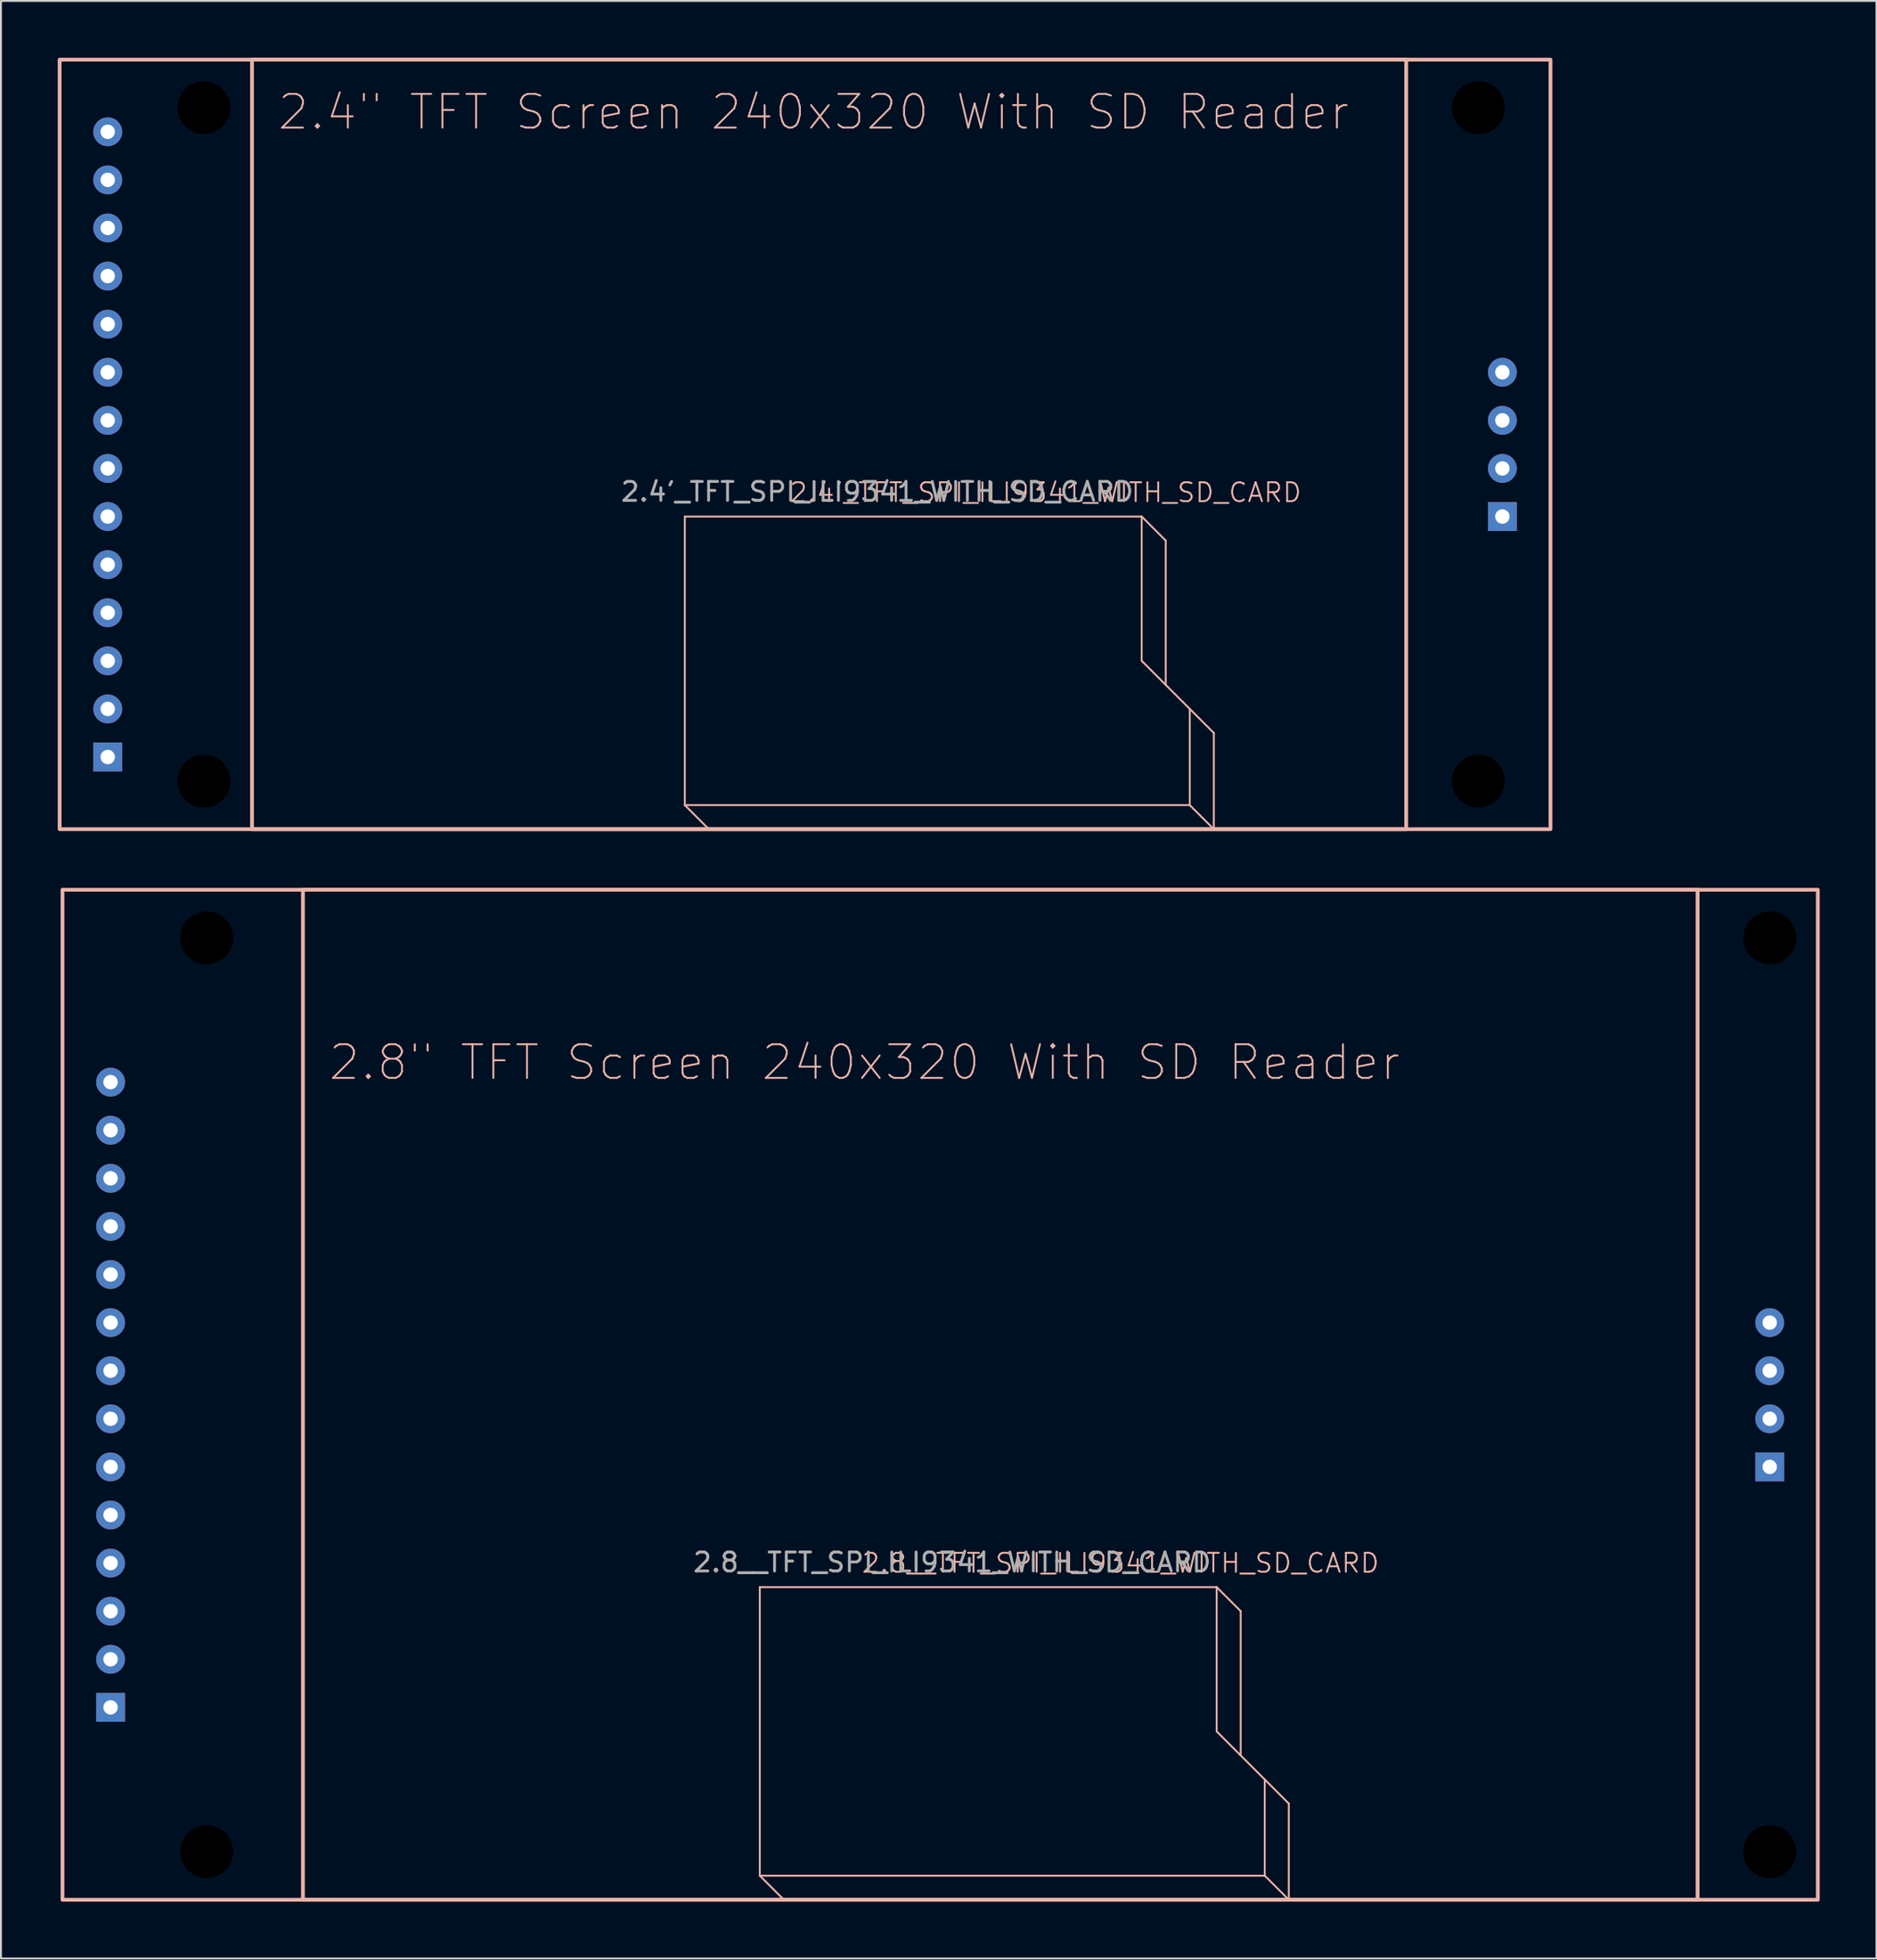
<source format=kicad_pcb>
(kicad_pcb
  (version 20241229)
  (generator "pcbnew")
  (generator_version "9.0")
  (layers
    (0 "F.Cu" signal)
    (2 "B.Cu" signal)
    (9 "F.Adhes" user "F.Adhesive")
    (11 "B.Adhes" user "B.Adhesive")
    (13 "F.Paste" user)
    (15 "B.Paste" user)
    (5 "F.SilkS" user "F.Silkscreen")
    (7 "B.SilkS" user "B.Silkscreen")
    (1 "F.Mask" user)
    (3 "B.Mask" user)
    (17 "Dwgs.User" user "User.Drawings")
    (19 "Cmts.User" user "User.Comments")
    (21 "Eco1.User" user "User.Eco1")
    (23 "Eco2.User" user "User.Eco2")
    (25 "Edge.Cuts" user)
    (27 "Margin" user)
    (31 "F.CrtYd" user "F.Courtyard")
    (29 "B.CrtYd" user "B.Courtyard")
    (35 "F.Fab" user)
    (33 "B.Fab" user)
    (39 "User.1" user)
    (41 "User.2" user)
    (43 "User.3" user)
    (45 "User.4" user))
  (footprint "2.4'_TFT_SPI_ILI9341_WITH_SD_CARD"
    (layer "F.Cu")
    (at 40.74 20.42)
    (property "Reference" "2.4'_TFT_SPI_ILI9341_WITH_SD_CARD" (at 11.43 2.54 0) (unlocked yes) (layer "B.SilkS") (effects (font (size 1 1) (thickness 0.1))))
    (attr through_hole)
    (fp_line (start -7.62 3.81) (end -7.62 19.05) (stroke (width 0.1) (type default)) (layer "B.SilkS"))
    (fp_line (start -7.62 19.05) (end -6.35 20.32) (stroke (width 0.1) (type default)) (layer "B.SilkS"))
    (fp_line (start 16.51 3.81) (end -7.62 3.81) (stroke (width 0.1) (type default)) (layer "B.SilkS"))
    (fp_line (start 16.51 3.81) (end 16.51 11.43) (stroke (width 0.1) (type default)) (layer "B.SilkS"))
    (fp_line (start 16.51 3.81) (end 17.78 5.08) (stroke (width 0.1) (type default)) (layer "B.SilkS"))
    (fp_line (start 16.51 11.43) (end 19.05 13.97) (stroke (width 0.1) (type default)) (layer "B.SilkS"))
    (fp_line (start 17.78 5.08) (end 17.78 12.7) (stroke (width 0.1) (type default)) (layer "B.SilkS"))
    (fp_line (start 19.05 13.97) (end 20.32 15.24) (stroke (width 0.1) (type default)) (layer "B.SilkS"))
    (fp_line (start 19.05 19.05) (end -7.62 19.05) (stroke (width 0.1) (type default)) (layer "B.SilkS"))
    (fp_line (start 19.05 19.05) (end 19.05 13.97) (stroke (width 0.1) (type default)) (layer "B.SilkS"))
    (fp_line (start 20.32 15.24) (end 20.32 20.32) (stroke (width 0.1) (type default)) (layer "B.SilkS"))
    (fp_line (start 20.32 20.32) (end 19.05 19.05) (stroke (width 0.1) (type default)) (layer "B.SilkS"))
    (fp_rect (start -40.64 -20.32) (end 38.1 20.32) (stroke (width 0.2) (type default)) (fill no) (layer "B.SilkS"))
    (fp_rect (start -30.48 -20.32) (end 30.48 20.32) (stroke (width 0.2) (type default)) (fill no) (layer "B.SilkS"))
    (fp_text user "2.4\" TFT Screen 240x320 With SD Reader" (at -29.21 -16.51 0) (unlocked yes) (layer "B.SilkS") (effects (font (size 1.778 1.778) (thickness 0.1)) (justify left bottom)))
    (fp_text user "${REFERENCE}" (at 2.54 2.5 0) (unlocked yes) (layer "F.Fab") (effects (font (size 1 1) (thickness 0.15))))
    (pad "" np_thru_hole circle (at -33.02 -17.78) (size 2.794 2.794) (drill 3.175) (layers "*.Mask"))
    (pad "" np_thru_hole circle (at -33.02 17.78) (size 2.794 2.794) (drill 3.175) (layers "*.Mask"))
    (pad "" np_thru_hole circle (at 34.29 -17.78) (size 2.794 2.794) (drill 3.175) (layers "*.Mask"))
    (pad "" np_thru_hole circle (at 34.29 17.78) (size 2.794 2.794) (drill 3.175) (layers "*.Mask"))
    (pad "CS" thru_hole circle (at -38.1 11.43) (size 1.524 1.524) (drill 0.762) (layers "*.Cu" "*.Mask"))
    (pad "DC" thru_hole circle (at -38.1 6.35) (size 1.524 1.524) (drill 0.762) (layers "*.Cu" "*.Mask"))
    (pad "GND" thru_hole circle (at -38.1 13.97) (size 1.524 1.524) (drill 0.762) (layers "*.Cu" "*.Mask"))
    (pad "LED" thru_hole circle (at -38.1 -1.27) (size 1.524 1.524) (drill 0.762) (layers "*.Cu" "*.Mask"))
    (pad "RESET" thru_hole circle (at -38.1 8.89) (size 1.524 1.524) (drill 0.762) (layers "*.Cu" "*.Mask"))
    (pad "SCK" thru_hole circle (at -38.1 1.27) (size 1.524 1.524) (drill 0.762) (layers "*.Cu" "*.Mask"))
    (pad "SDI(MOSI)" thru_hole circle (at -38.1 3.81) (size 1.524 1.524) (drill 0.762) (layers "*.Cu" "*.Mask"))
    (pad "SDO(MISO)" thru_hole circle (at -38.1 -3.81) (size 1.524 1.524) (drill 0.762) (layers "*.Cu" "*.Mask"))
    (pad "SD_CS" thru_hole rect (at 35.56 3.81) (size 1.524 1.524) (drill 0.762) (layers "*.Cu" "*.Mask"))
    (pad "SD_MISO" thru_hole circle (at 35.56 -1.27) (size 1.524 1.524) (drill 0.762) (layers "*.Cu" "*.Mask"))
    (pad "SD_MOSI" thru_hole circle (at 35.56 1.27) (size 1.524 1.524) (drill 0.762) (layers "*.Cu" "*.Mask"))
    (pad "SD_SCK" thru_hole circle (at 35.56 -3.81) (size 1.524 1.524) (drill 0.762) (layers "*.Cu" "*.Mask"))
    (pad "T_CLK" thru_hole circle (at -38.1 -6.35) (size 1.524 1.524) (drill 0.762) (layers "*.Cu" "*.Mask"))
    (pad "T_CS" thru_hole circle (at -38.1 -8.89) (size 1.524 1.524) (drill 0.762) (layers "*.Cu" "*.Mask"))
    (pad "T_DIN" thru_hole circle (at -38.1 -11.43) (size 1.524 1.524) (drill 0.762) (layers "*.Cu" "*.Mask"))
    (pad "T_DO" thru_hole circle (at -38.1 -13.97) (size 1.524 1.524) (drill 0.762) (layers "*.Cu" "*.Mask"))
    (pad "T_IRQ" thru_hole circle (at -38.1 -16.51) (size 1.524 1.524) (drill 0.762) (layers "*.Cu" "*.Mask"))
    (pad "Vcc" thru_hole rect (at -38.1 16.51) (size 1.524 1.524) (drill 0.762) (layers "*.Cu" "*.Mask"))
    (zone (net_name "") (layer "B.SilkS") (hatch edge 0.5) (connect_pads) (min_thickness 0.25) (filled_areas_thickness no) (keepout (tracks not_allowed) (vias not_allowed) (pads not_allowed) (copperpour allowed) (footprints allowed)) (placement (enabled no)) (fill) (polygon (pts (xy 59.79 39.47) (xy 61.06 40.74) (xy 34.39 40.74) (xy 33.12 39.47)))))
  (footprint "2.8__TFT_SPI_ILI9341_WITH_SD_CARD"
    (layer "F.Cu")
    (at 0.25 70.61)
    (property "Reference" "2.8__TFT_SPI_ILI9341_WITH_SD_CARD" (at 55.88 8.89 0) (unlocked yes) (layer "B.SilkS") (effects (font (size 1 1) (thickness 0.1))))
    (attr through_hole)
    (fp_line (start 36.83 10.16) (end 36.83 25.4) (stroke (width 0.1) (type default)) (layer "B.SilkS"))
    (fp_line (start 36.83 25.4) (end 38.1 26.67) (stroke (width 0.1) (type default)) (layer "B.SilkS"))
    (fp_line (start 60.96 10.16) (end 36.83 10.16) (stroke (width 0.1) (type default)) (layer "B.SilkS"))
    (fp_line (start 60.96 10.16) (end 60.96 17.78) (stroke (width 0.1) (type default)) (layer "B.SilkS"))
    (fp_line (start 60.96 10.16) (end 62.23 11.43) (stroke (width 0.1) (type default)) (layer "B.SilkS"))
    (fp_line (start 60.96 17.78) (end 63.5 20.32) (stroke (width 0.1) (type default)) (layer "B.SilkS"))
    (fp_line (start 62.23 11.43) (end 62.23 19.05) (stroke (width 0.1) (type default)) (layer "B.SilkS"))
    (fp_line (start 63.5 20.32) (end 64.77 21.59) (stroke (width 0.1) (type default)) (layer "B.SilkS"))
    (fp_line (start 63.5 25.4) (end 36.83 25.4) (stroke (width 0.1) (type default)) (layer "B.SilkS"))
    (fp_line (start 63.5 25.4) (end 63.5 20.32) (stroke (width 0.1) (type default)) (layer "B.SilkS"))
    (fp_line (start 64.77 21.59) (end 64.77 26.67) (stroke (width 0.1) (type default)) (layer "B.SilkS"))
    (fp_line (start 64.77 26.67) (end 63.5 25.4) (stroke (width 0.1) (type default)) (layer "B.SilkS"))
    (fp_rect (start 0 -26.67) (end 92.71 26.67) (stroke (width 0.2) (type default)) (fill no) (layer "B.SilkS"))
    (fp_rect (start 12.7 -26.67) (end 86.36 26.67) (stroke (width 0.2) (type default)) (fill no) (layer "B.SilkS"))
    (fp_text user "2.8\" TFT Screen 240x320 With SD Reader" (at 13.97 -16.51 0) (unlocked yes) (layer "B.SilkS") (effects (font (size 1.778 1.778) (thickness 0.1)) (justify left bottom)))
    (fp_text user "${REFERENCE}" (at 46.99 8.85 0) (unlocked yes) (layer "F.Fab") (effects (font (size 1 1) (thickness 0.15))))
    (pad "" np_thru_hole circle (at 7.62 -24.13) (size 2.794 2.794) (drill 3.175) (layers "*.Mask"))
    (pad "" np_thru_hole circle (at 7.62 24.13) (size 2.794 2.794) (drill 3.175) (layers "*.Mask"))
    (pad "" np_thru_hole circle (at 90.17 -24.13) (size 2.794 2.794) (drill 3.175) (layers "*.Mask"))
    (pad "" np_thru_hole circle (at 90.17 24.13) (size 2.794 2.794) (drill 3.175) (layers "*.Mask"))
    (pad "CS" thru_hole circle (at 2.54 11.43) (size 1.524 1.524) (drill 0.762) (layers "*.Cu" "*.Mask"))
    (pad "DC" thru_hole circle (at 2.54 6.35) (size 1.524 1.524) (drill 0.762) (layers "*.Cu" "*.Mask"))
    (pad "GND" thru_hole circle (at 2.54 13.97) (size 1.524 1.524) (drill 0.762) (layers "*.Cu" "*.Mask"))
    (pad "LED" thru_hole circle (at 2.54 -1.27) (size 1.524 1.524) (drill 0.762) (layers "*.Cu" "*.Mask"))
    (pad "RESET" thru_hole circle (at 2.54 8.89) (size 1.524 1.524) (drill 0.762) (layers "*.Cu" "*.Mask"))
    (pad "SCK" thru_hole circle (at 2.54 1.27) (size 1.524 1.524) (drill 0.762) (layers "*.Cu" "*.Mask"))
    (pad "SDI(MOSI)" thru_hole circle (at 2.54 3.81) (size 1.524 1.524) (drill 0.762) (layers "*.Cu" "*.Mask"))
    (pad "SDO(MISO)" thru_hole circle (at 2.54 -3.81) (size 1.524 1.524) (drill 0.762) (layers "*.Cu" "*.Mask"))
    (pad "SD_CS" thru_hole rect (at 90.17 3.81) (size 1.524 1.524) (drill 0.762) (layers "*.Cu" "*.Mask"))
    (pad "SD_MISO" thru_hole circle (at 90.17 -1.27) (size 1.524 1.524) (drill 0.762) (layers "*.Cu" "*.Mask"))
    (pad "SD_MOSI" thru_hole circle (at 90.17 1.27) (size 1.524 1.524) (drill 0.762) (layers "*.Cu" "*.Mask"))
    (pad "SD_SCK" thru_hole circle (at 90.17 -3.81) (size 1.524 1.524) (drill 0.762) (layers "*.Cu" "*.Mask"))
    (pad "T_CLK" thru_hole circle (at 2.54 -6.35) (size 1.524 1.524) (drill 0.762) (layers "*.Cu" "*.Mask"))
    (pad "T_CS" thru_hole circle (at 2.54 -8.89) (size 1.524 1.524) (drill 0.762) (layers "*.Cu" "*.Mask"))
    (pad "T_DIN" thru_hole circle (at 2.54 -11.43) (size 1.524 1.524) (drill 0.762) (layers "*.Cu" "*.Mask"))
    (pad "T_DO" thru_hole circle (at 2.54 -13.97) (size 1.524 1.524) (drill 0.762) (layers "*.Cu" "*.Mask"))
    (pad "T_IRQ" thru_hole circle (at 2.54 -16.51) (size 1.524 1.524) (drill 0.762) (layers "*.Cu" "*.Mask"))
    (pad "Vcc" thru_hole rect (at 2.54 16.51) (size 1.524 1.524) (drill 0.762) (layers "*.Cu" "*.Mask"))
    (zone (net_name "") (layer "B.SilkS") (hatch edge 0.5) (connect_pads) (min_thickness 0.25) (filled_areas_thickness no) (keepout (tracks not_allowed) (vias not_allowed) (pads not_allowed) (copperpour allowed) (footprints allowed)) (placement (enabled no)) (fill) (polygon (pts (xy 63.75 96.01) (xy 65.02 97.28) (xy 38.35 97.28) (xy 37.08 96.01)))))
  (gr_rect
    (start -3 -3)
    (end 96.06 100.38)
    (stroke (width 0.1) (type default))
    (fill no)
    (layer "Edge.Cuts")))
</source>
